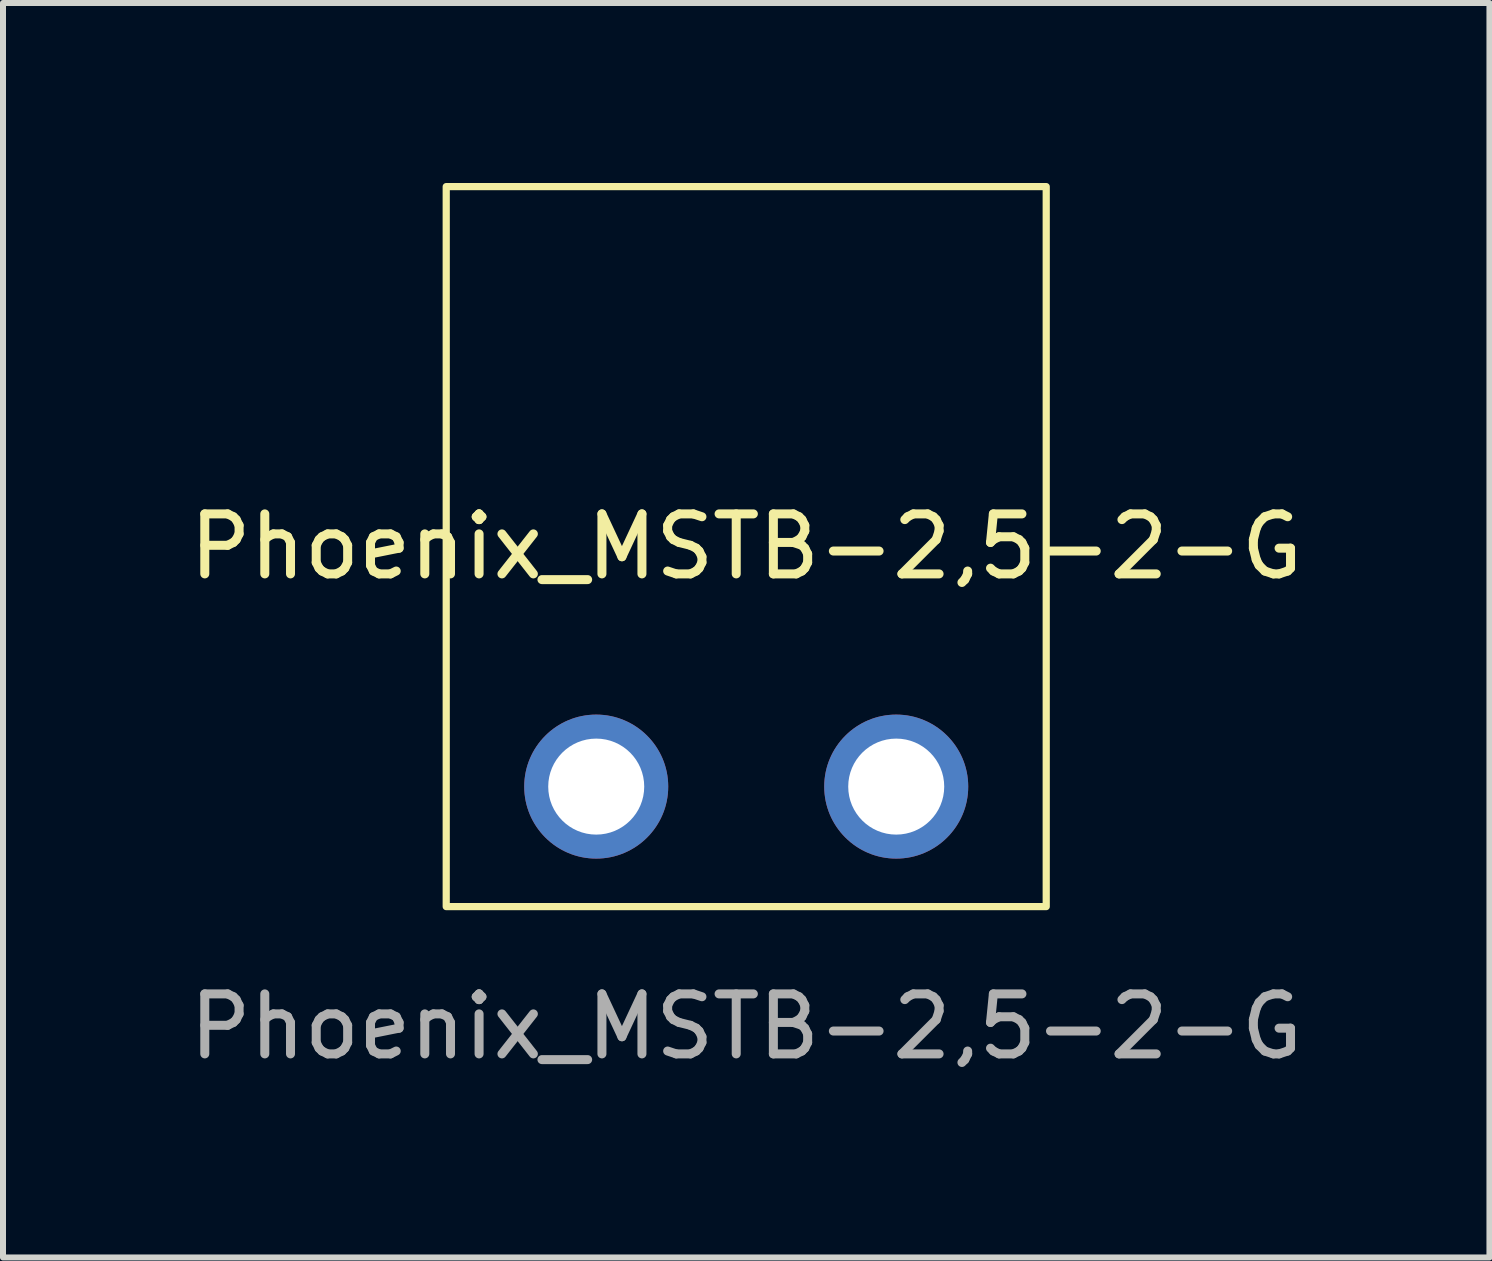
<source format=kicad_pcb>
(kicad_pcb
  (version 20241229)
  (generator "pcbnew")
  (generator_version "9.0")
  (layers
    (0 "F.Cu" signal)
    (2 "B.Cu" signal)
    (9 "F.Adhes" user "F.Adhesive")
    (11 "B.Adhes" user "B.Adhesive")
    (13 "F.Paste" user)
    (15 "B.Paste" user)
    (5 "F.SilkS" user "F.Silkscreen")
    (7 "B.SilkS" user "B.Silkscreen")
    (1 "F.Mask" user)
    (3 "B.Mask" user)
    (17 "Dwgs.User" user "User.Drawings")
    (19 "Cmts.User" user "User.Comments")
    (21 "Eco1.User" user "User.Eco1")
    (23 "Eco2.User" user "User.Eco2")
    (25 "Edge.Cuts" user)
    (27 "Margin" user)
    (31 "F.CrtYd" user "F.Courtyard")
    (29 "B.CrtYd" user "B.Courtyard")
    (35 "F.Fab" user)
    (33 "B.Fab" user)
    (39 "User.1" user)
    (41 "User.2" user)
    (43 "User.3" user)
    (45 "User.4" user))
  (footprint "Phoenix_MSTB-2,5-2-G"
    (layer "F.Cu")
    (at 14.387 12.06)
    (property "Reference" "Phoenix_MSTB-2,5-2-G" (at -5 -6 0) (unlocked yes) (layer "F.SilkS") (effects (font (size 1 1) (thickness 0.15))))
    (attr through_hole)
    (fp_rect (start -10 -12) (end 0 0) (stroke (width 0.12) (type solid)) (fill no) (layer "F.SilkS"))
    (fp_text user "${REFERENCE}" (at -5 2 0) (unlocked yes) (layer "F.Fab") (effects (font (size 1 1) (thickness 0.15))))
    (pad "1" thru_hole circle (at -2.5 -2) (size 2.4 2.4) (drill 1.6) (layers "*.Cu" "*.Mask"))
    (pad "2" thru_hole circle (at -7.5 -2) (size 2.4 2.4) (drill 1.6) (layers "*.Cu" "*.Mask")))
  (gr_rect
    (start -3 -3)
    (end 21.774 17.908)
    (stroke (width 0.1) (type default))
    (fill no)
    (layer "Edge.Cuts")))
</source>
